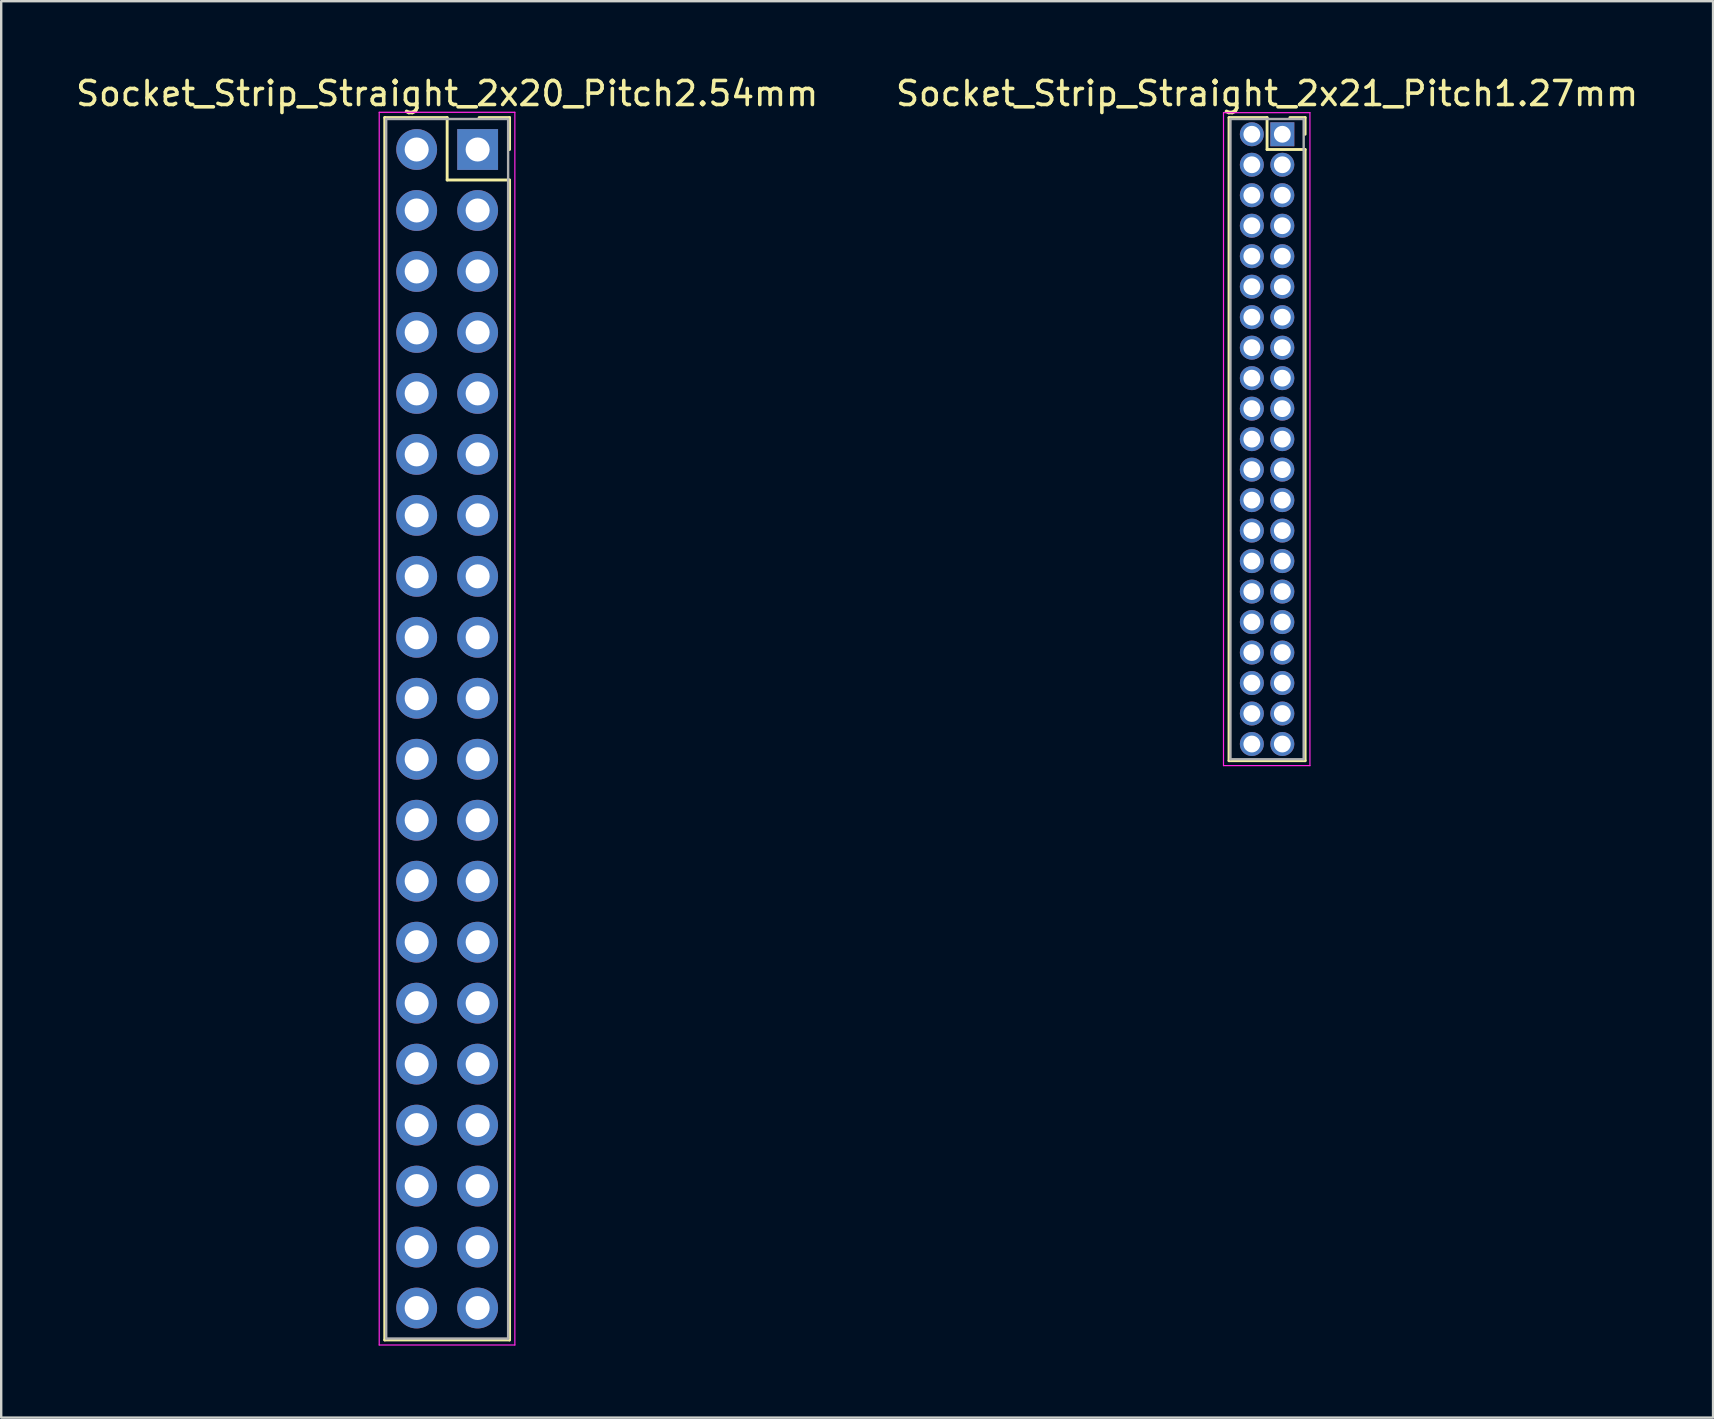
<source format=kicad_pcb>
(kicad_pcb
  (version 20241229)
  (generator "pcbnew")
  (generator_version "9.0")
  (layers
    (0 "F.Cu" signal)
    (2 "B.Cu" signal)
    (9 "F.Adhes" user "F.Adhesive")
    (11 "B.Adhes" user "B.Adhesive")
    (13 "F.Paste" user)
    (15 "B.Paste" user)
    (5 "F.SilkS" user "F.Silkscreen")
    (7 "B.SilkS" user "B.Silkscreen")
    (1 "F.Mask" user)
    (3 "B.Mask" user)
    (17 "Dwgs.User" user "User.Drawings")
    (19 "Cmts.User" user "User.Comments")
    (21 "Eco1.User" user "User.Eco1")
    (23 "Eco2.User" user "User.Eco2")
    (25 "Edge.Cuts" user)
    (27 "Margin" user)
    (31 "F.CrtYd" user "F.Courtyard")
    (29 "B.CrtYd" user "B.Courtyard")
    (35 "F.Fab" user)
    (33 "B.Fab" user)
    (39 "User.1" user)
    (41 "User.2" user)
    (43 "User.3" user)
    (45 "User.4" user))
  (footprint "Socket_Strip_Straight_2x20_Pitch2.54mm"
    (layer "F.Cu")
    (at 16.847 3.178)
    (property "Reference" "Socket_Strip_Straight_2x20_Pitch2.54mm" (at -1.27 -2.33 0) (layer "F.SilkS") (effects (font (size 1 1) (thickness 0.15))))
    (attr through_hole)
    (fp_line (start -3.87 -1.33) (end -1.27 -1.33) (stroke (width 0.12) (type solid)) (layer "F.SilkS"))
    (fp_line (start -3.87 49.59) (end -3.87 -1.33) (stroke (width 0.12) (type solid)) (layer "F.SilkS"))
    (fp_line (start -1.27 -1.33) (end -1.27 1.27) (stroke (width 0.12) (type solid)) (layer "F.SilkS"))
    (fp_line (start -1.27 1.27) (end 1.33 1.27) (stroke (width 0.12) (type solid)) (layer "F.SilkS"))
    (fp_line (start 1.33 -1.33) (end 0.06 -1.33) (stroke (width 0.12) (type solid)) (layer "F.SilkS"))
    (fp_line (start 1.33 0) (end 1.33 -1.33) (stroke (width 0.12) (type solid)) (layer "F.SilkS"))
    (fp_line (start 1.33 1.27) (end 1.33 49.59) (stroke (width 0.12) (type solid)) (layer "F.SilkS"))
    (fp_line (start 1.33 49.59) (end -3.87 49.59) (stroke (width 0.12) (type solid)) (layer "F.SilkS"))
    (fp_line (start -4.1 -1.55) (end -4.1 49.8) (stroke (width 0.05) (type solid)) (layer "F.CrtYd"))
    (fp_line (start -4.1 49.8) (end 1.55 49.8) (stroke (width 0.05) (type solid)) (layer "F.CrtYd"))
    (fp_line (start 1.55 -1.55) (end -4.1 -1.55) (stroke (width 0.05) (type solid)) (layer "F.CrtYd"))
    (fp_line (start 1.55 49.8) (end 1.55 -1.55) (stroke (width 0.05) (type solid)) (layer "F.CrtYd"))
    (fp_line (start -3.81 -1.27) (end -3.81 49.53) (stroke (width 0.1) (type solid)) (layer "F.Fab"))
    (fp_line (start -3.81 49.53) (end 1.27 49.53) (stroke (width 0.1) (type solid)) (layer "F.Fab"))
    (fp_line (start 1.27 -1.27) (end -3.81 -1.27) (stroke (width 0.1) (type solid)) (layer "F.Fab"))
    (fp_line (start 1.27 49.53) (end 1.27 -1.27) (stroke (width 0.1) (type solid)) (layer "F.Fab"))
    (pad "1" thru_hole rect (at 0 0) (size 1.7 1.7) (drill 1) (layers "*.Cu" "*.Mask"))
    (pad "2" thru_hole oval (at -2.54 0) (size 1.7 1.7) (drill 1) (layers "*.Cu" "*.Mask"))
    (pad "3" thru_hole oval (at 0 2.54) (size 1.7 1.7) (drill 1) (layers "*.Cu" "*.Mask"))
    (pad "4" thru_hole oval (at -2.54 2.54) (size 1.7 1.7) (drill 1) (layers "*.Cu" "*.Mask"))
    (pad "5" thru_hole oval (at 0 5.08) (size 1.7 1.7) (drill 1) (layers "*.Cu" "*.Mask"))
    (pad "6" thru_hole oval (at -2.54 5.08) (size 1.7 1.7) (drill 1) (layers "*.Cu" "*.Mask"))
    (pad "7" thru_hole oval (at 0 7.62) (size 1.7 1.7) (drill 1) (layers "*.Cu" "*.Mask"))
    (pad "8" thru_hole oval (at -2.54 7.62) (size 1.7 1.7) (drill 1) (layers "*.Cu" "*.Mask"))
    (pad "9" thru_hole oval (at 0 10.16) (size 1.7 1.7) (drill 1) (layers "*.Cu" "*.Mask"))
    (pad "10" thru_hole oval (at -2.54 10.16) (size 1.7 1.7) (drill 1) (layers "*.Cu" "*.Mask"))
    (pad "11" thru_hole oval (at 0 12.7) (size 1.7 1.7) (drill 1) (layers "*.Cu" "*.Mask"))
    (pad "12" thru_hole oval (at -2.54 12.7) (size 1.7 1.7) (drill 1) (layers "*.Cu" "*.Mask"))
    (pad "13" thru_hole oval (at 0 15.24) (size 1.7 1.7) (drill 1) (layers "*.Cu" "*.Mask"))
    (pad "14" thru_hole oval (at -2.54 15.24) (size 1.7 1.7) (drill 1) (layers "*.Cu" "*.Mask"))
    (pad "15" thru_hole oval (at 0 17.78) (size 1.7 1.7) (drill 1) (layers "*.Cu" "*.Mask"))
    (pad "16" thru_hole oval (at -2.54 17.78) (size 1.7 1.7) (drill 1) (layers "*.Cu" "*.Mask"))
    (pad "17" thru_hole oval (at 0 20.32) (size 1.7 1.7) (drill 1) (layers "*.Cu" "*.Mask"))
    (pad "18" thru_hole oval (at -2.54 20.32) (size 1.7 1.7) (drill 1) (layers "*.Cu" "*.Mask"))
    (pad "19" thru_hole oval (at 0 22.86) (size 1.7 1.7) (drill 1) (layers "*.Cu" "*.Mask"))
    (pad "20" thru_hole oval (at -2.54 22.86) (size 1.7 1.7) (drill 1) (layers "*.Cu" "*.Mask"))
    (pad "21" thru_hole oval (at 0 25.4) (size 1.7 1.7) (drill 1) (layers "*.Cu" "*.Mask"))
    (pad "22" thru_hole oval (at -2.54 25.4) (size 1.7 1.7) (drill 1) (layers "*.Cu" "*.Mask"))
    (pad "23" thru_hole oval (at 0 27.94) (size 1.7 1.7) (drill 1) (layers "*.Cu" "*.Mask"))
    (pad "24" thru_hole oval (at -2.54 27.94) (size 1.7 1.7) (drill 1) (layers "*.Cu" "*.Mask"))
    (pad "25" thru_hole oval (at 0 30.48) (size 1.7 1.7) (drill 1) (layers "*.Cu" "*.Mask"))
    (pad "26" thru_hole oval (at -2.54 30.48) (size 1.7 1.7) (drill 1) (layers "*.Cu" "*.Mask"))
    (pad "27" thru_hole oval (at 0 33.02) (size 1.7 1.7) (drill 1) (layers "*.Cu" "*.Mask"))
    (pad "28" thru_hole oval (at -2.54 33.02) (size 1.7 1.7) (drill 1) (layers "*.Cu" "*.Mask"))
    (pad "29" thru_hole oval (at 0 35.56) (size 1.7 1.7) (drill 1) (layers "*.Cu" "*.Mask"))
    (pad "30" thru_hole oval (at -2.54 35.56) (size 1.7 1.7) (drill 1) (layers "*.Cu" "*.Mask"))
    (pad "31" thru_hole oval (at 0 38.1) (size 1.7 1.7) (drill 1) (layers "*.Cu" "*.Mask"))
    (pad "32" thru_hole oval (at -2.54 38.1) (size 1.7 1.7) (drill 1) (layers "*.Cu" "*.Mask"))
    (pad "33" thru_hole oval (at 0 40.64) (size 1.7 1.7) (drill 1) (layers "*.Cu" "*.Mask"))
    (pad "34" thru_hole oval (at -2.54 40.64) (size 1.7 1.7) (drill 1) (layers "*.Cu" "*.Mask"))
    (pad "35" thru_hole oval (at 0 43.18) (size 1.7 1.7) (drill 1) (layers "*.Cu" "*.Mask"))
    (pad "36" thru_hole oval (at -2.54 43.18) (size 1.7 1.7) (drill 1) (layers "*.Cu" "*.Mask"))
    (pad "37" thru_hole oval (at 0 45.72) (size 1.7 1.7) (drill 1) (layers "*.Cu" "*.Mask"))
    (pad "38" thru_hole oval (at -2.54 45.72) (size 1.7 1.7) (drill 1) (layers "*.Cu" "*.Mask"))
    (pad "39" thru_hole oval (at 0 48.26) (size 1.7 1.7) (drill 1) (layers "*.Cu" "*.Mask"))
    (pad "40" thru_hole oval (at -2.54 48.26) (size 1.7 1.7) (drill 1) (layers "*.Cu" "*.Mask")))
  (footprint "Socket_Strip_Straight_2x21_Pitch1.27mm"
    (layer "F.Cu")
    (at 50.367 2.543)
    (property "Reference" "Socket_Strip_Straight_2x21_Pitch1.27mm" (at -0.635 -1.695 0) (layer "F.SilkS") (effects (font (size 1 1) (thickness 0.15))))
    (attr through_hole)
    (fp_line (start -2.22 -0.695) (end -0.635 -0.695) (stroke (width 0.12) (type solid)) (layer "F.SilkS"))
    (fp_line (start -2.22 26.095) (end -2.22 -0.695) (stroke (width 0.12) (type solid)) (layer "F.SilkS"))
    (fp_line (start -0.635 -0.695) (end -0.635 0.635) (stroke (width 0.12) (type solid)) (layer "F.SilkS"))
    (fp_line (start -0.635 0.635) (end 0.95 0.635) (stroke (width 0.12) (type solid)) (layer "F.SilkS"))
    (fp_line (start 0.95 -0.695) (end 0.315 -0.695) (stroke (width 0.12) (type solid)) (layer "F.SilkS"))
    (fp_line (start 0.95 0) (end 0.95 -0.695) (stroke (width 0.12) (type solid)) (layer "F.SilkS"))
    (fp_line (start 0.95 0.635) (end 0.95 26.095) (stroke (width 0.12) (type solid)) (layer "F.SilkS"))
    (fp_line (start 0.95 26.095) (end -2.22 26.095) (stroke (width 0.12) (type solid)) (layer "F.SilkS"))
    (fp_line (start -2.45 -0.9) (end -2.45 26.3) (stroke (width 0.05) (type solid)) (layer "F.CrtYd"))
    (fp_line (start -2.45 26.3) (end 1.15 26.3) (stroke (width 0.05) (type solid)) (layer "F.CrtYd"))
    (fp_line (start 1.15 -0.9) (end -2.45 -0.9) (stroke (width 0.05) (type solid)) (layer "F.CrtYd"))
    (fp_line (start 1.15 26.3) (end 1.15 -0.9) (stroke (width 0.05) (type solid)) (layer "F.CrtYd"))
    (fp_line (start -2.16 -0.635) (end -2.16 26.035) (stroke (width 0.1) (type solid)) (layer "F.Fab"))
    (fp_line (start -2.16 26.035) (end 0.89 26.035) (stroke (width 0.1) (type solid)) (layer "F.Fab"))
    (fp_line (start 0.89 -0.635) (end -2.16 -0.635) (stroke (width 0.1) (type solid)) (layer "F.Fab"))
    (fp_line (start 0.89 26.035) (end 0.89 -0.635) (stroke (width 0.1) (type solid)) (layer "F.Fab"))
    (pad "1" thru_hole rect (at 0 0) (size 1 1) (drill 0.7) (layers "*.Cu" "*.Mask"))
    (pad "2" thru_hole oval (at -1.27 0) (size 1 1) (drill 0.7) (layers "*.Cu" "*.Mask"))
    (pad "3" thru_hole oval (at 0 1.27) (size 1 1) (drill 0.7) (layers "*.Cu" "*.Mask"))
    (pad "4" thru_hole oval (at -1.27 1.27) (size 1 1) (drill 0.7) (layers "*.Cu" "*.Mask"))
    (pad "5" thru_hole oval (at 0 2.54) (size 1 1) (drill 0.7) (layers "*.Cu" "*.Mask"))
    (pad "6" thru_hole oval (at -1.27 2.54) (size 1 1) (drill 0.7) (layers "*.Cu" "*.Mask"))
    (pad "7" thru_hole oval (at 0 3.81) (size 1 1) (drill 0.7) (layers "*.Cu" "*.Mask"))
    (pad "8" thru_hole oval (at -1.27 3.81) (size 1 1) (drill 0.7) (layers "*.Cu" "*.Mask"))
    (pad "9" thru_hole oval (at 0 5.08) (size 1 1) (drill 0.7) (layers "*.Cu" "*.Mask"))
    (pad "10" thru_hole oval (at -1.27 5.08) (size 1 1) (drill 0.7) (layers "*.Cu" "*.Mask"))
    (pad "11" thru_hole oval (at 0 6.35) (size 1 1) (drill 0.7) (layers "*.Cu" "*.Mask"))
    (pad "12" thru_hole oval (at -1.27 6.35) (size 1 1) (drill 0.7) (layers "*.Cu" "*.Mask"))
    (pad "13" thru_hole oval (at 0 7.62) (size 1 1) (drill 0.7) (layers "*.Cu" "*.Mask"))
    (pad "14" thru_hole oval (at -1.27 7.62) (size 1 1) (drill 0.7) (layers "*.Cu" "*.Mask"))
    (pad "15" thru_hole oval (at 0 8.89) (size 1 1) (drill 0.7) (layers "*.Cu" "*.Mask"))
    (pad "16" thru_hole oval (at -1.27 8.89) (size 1 1) (drill 0.7) (layers "*.Cu" "*.Mask"))
    (pad "17" thru_hole oval (at 0 10.16) (size 1 1) (drill 0.7) (layers "*.Cu" "*.Mask"))
    (pad "18" thru_hole oval (at -1.27 10.16) (size 1 1) (drill 0.7) (layers "*.Cu" "*.Mask"))
    (pad "19" thru_hole oval (at 0 11.43) (size 1 1) (drill 0.7) (layers "*.Cu" "*.Mask"))
    (pad "20" thru_hole oval (at -1.27 11.43) (size 1 1) (drill 0.7) (layers "*.Cu" "*.Mask"))
    (pad "21" thru_hole oval (at 0 12.7) (size 1 1) (drill 0.7) (layers "*.Cu" "*.Mask"))
    (pad "22" thru_hole oval (at -1.27 12.7) (size 1 1) (drill 0.7) (layers "*.Cu" "*.Mask"))
    (pad "23" thru_hole oval (at 0 13.97) (size 1 1) (drill 0.7) (layers "*.Cu" "*.Mask"))
    (pad "24" thru_hole oval (at -1.27 13.97) (size 1 1) (drill 0.7) (layers "*.Cu" "*.Mask"))
    (pad "25" thru_hole oval (at 0 15.24) (size 1 1) (drill 0.7) (layers "*.Cu" "*.Mask"))
    (pad "26" thru_hole oval (at -1.27 15.24) (size 1 1) (drill 0.7) (layers "*.Cu" "*.Mask"))
    (pad "27" thru_hole oval (at 0 16.51) (size 1 1) (drill 0.7) (layers "*.Cu" "*.Mask"))
    (pad "28" thru_hole oval (at -1.27 16.51) (size 1 1) (drill 0.7) (layers "*.Cu" "*.Mask"))
    (pad "29" thru_hole oval (at 0 17.78) (size 1 1) (drill 0.7) (layers "*.Cu" "*.Mask"))
    (pad "30" thru_hole oval (at -1.27 17.78) (size 1 1) (drill 0.7) (layers "*.Cu" "*.Mask"))
    (pad "31" thru_hole oval (at 0 19.05) (size 1 1) (drill 0.7) (layers "*.Cu" "*.Mask"))
    (pad "32" thru_hole oval (at -1.27 19.05) (size 1 1) (drill 0.7) (layers "*.Cu" "*.Mask"))
    (pad "33" thru_hole oval (at 0 20.32) (size 1 1) (drill 0.7) (layers "*.Cu" "*.Mask"))
    (pad "34" thru_hole oval (at -1.27 20.32) (size 1 1) (drill 0.7) (layers "*.Cu" "*.Mask"))
    (pad "35" thru_hole oval (at 0 21.59) (size 1 1) (drill 0.7) (layers "*.Cu" "*.Mask"))
    (pad "36" thru_hole oval (at -1.27 21.59) (size 1 1) (drill 0.7) (layers "*.Cu" "*.Mask"))
    (pad "37" thru_hole oval (at 0 22.86) (size 1 1) (drill 0.7) (layers "*.Cu" "*.Mask"))
    (pad "38" thru_hole oval (at -1.27 22.86) (size 1 1) (drill 0.7) (layers "*.Cu" "*.Mask"))
    (pad "39" thru_hole oval (at 0 24.13) (size 1 1) (drill 0.7) (layers "*.Cu" "*.Mask"))
    (pad "40" thru_hole oval (at -1.27 24.13) (size 1 1) (drill 0.7) (layers "*.Cu" "*.Mask"))
    (pad "41" thru_hole oval (at 0 25.4) (size 1 1) (drill 0.7) (layers "*.Cu" "*.Mask"))
    (pad "42" thru_hole oval (at -1.27 25.4) (size 1 1) (drill 0.7) (layers "*.Cu" "*.Mask")))
  (gr_rect
    (start -3 -3)
    (end 68.31 56.003)
    (stroke (width 0.1) (type default))
    (fill no)
    (layer "Edge.Cuts")))
</source>
